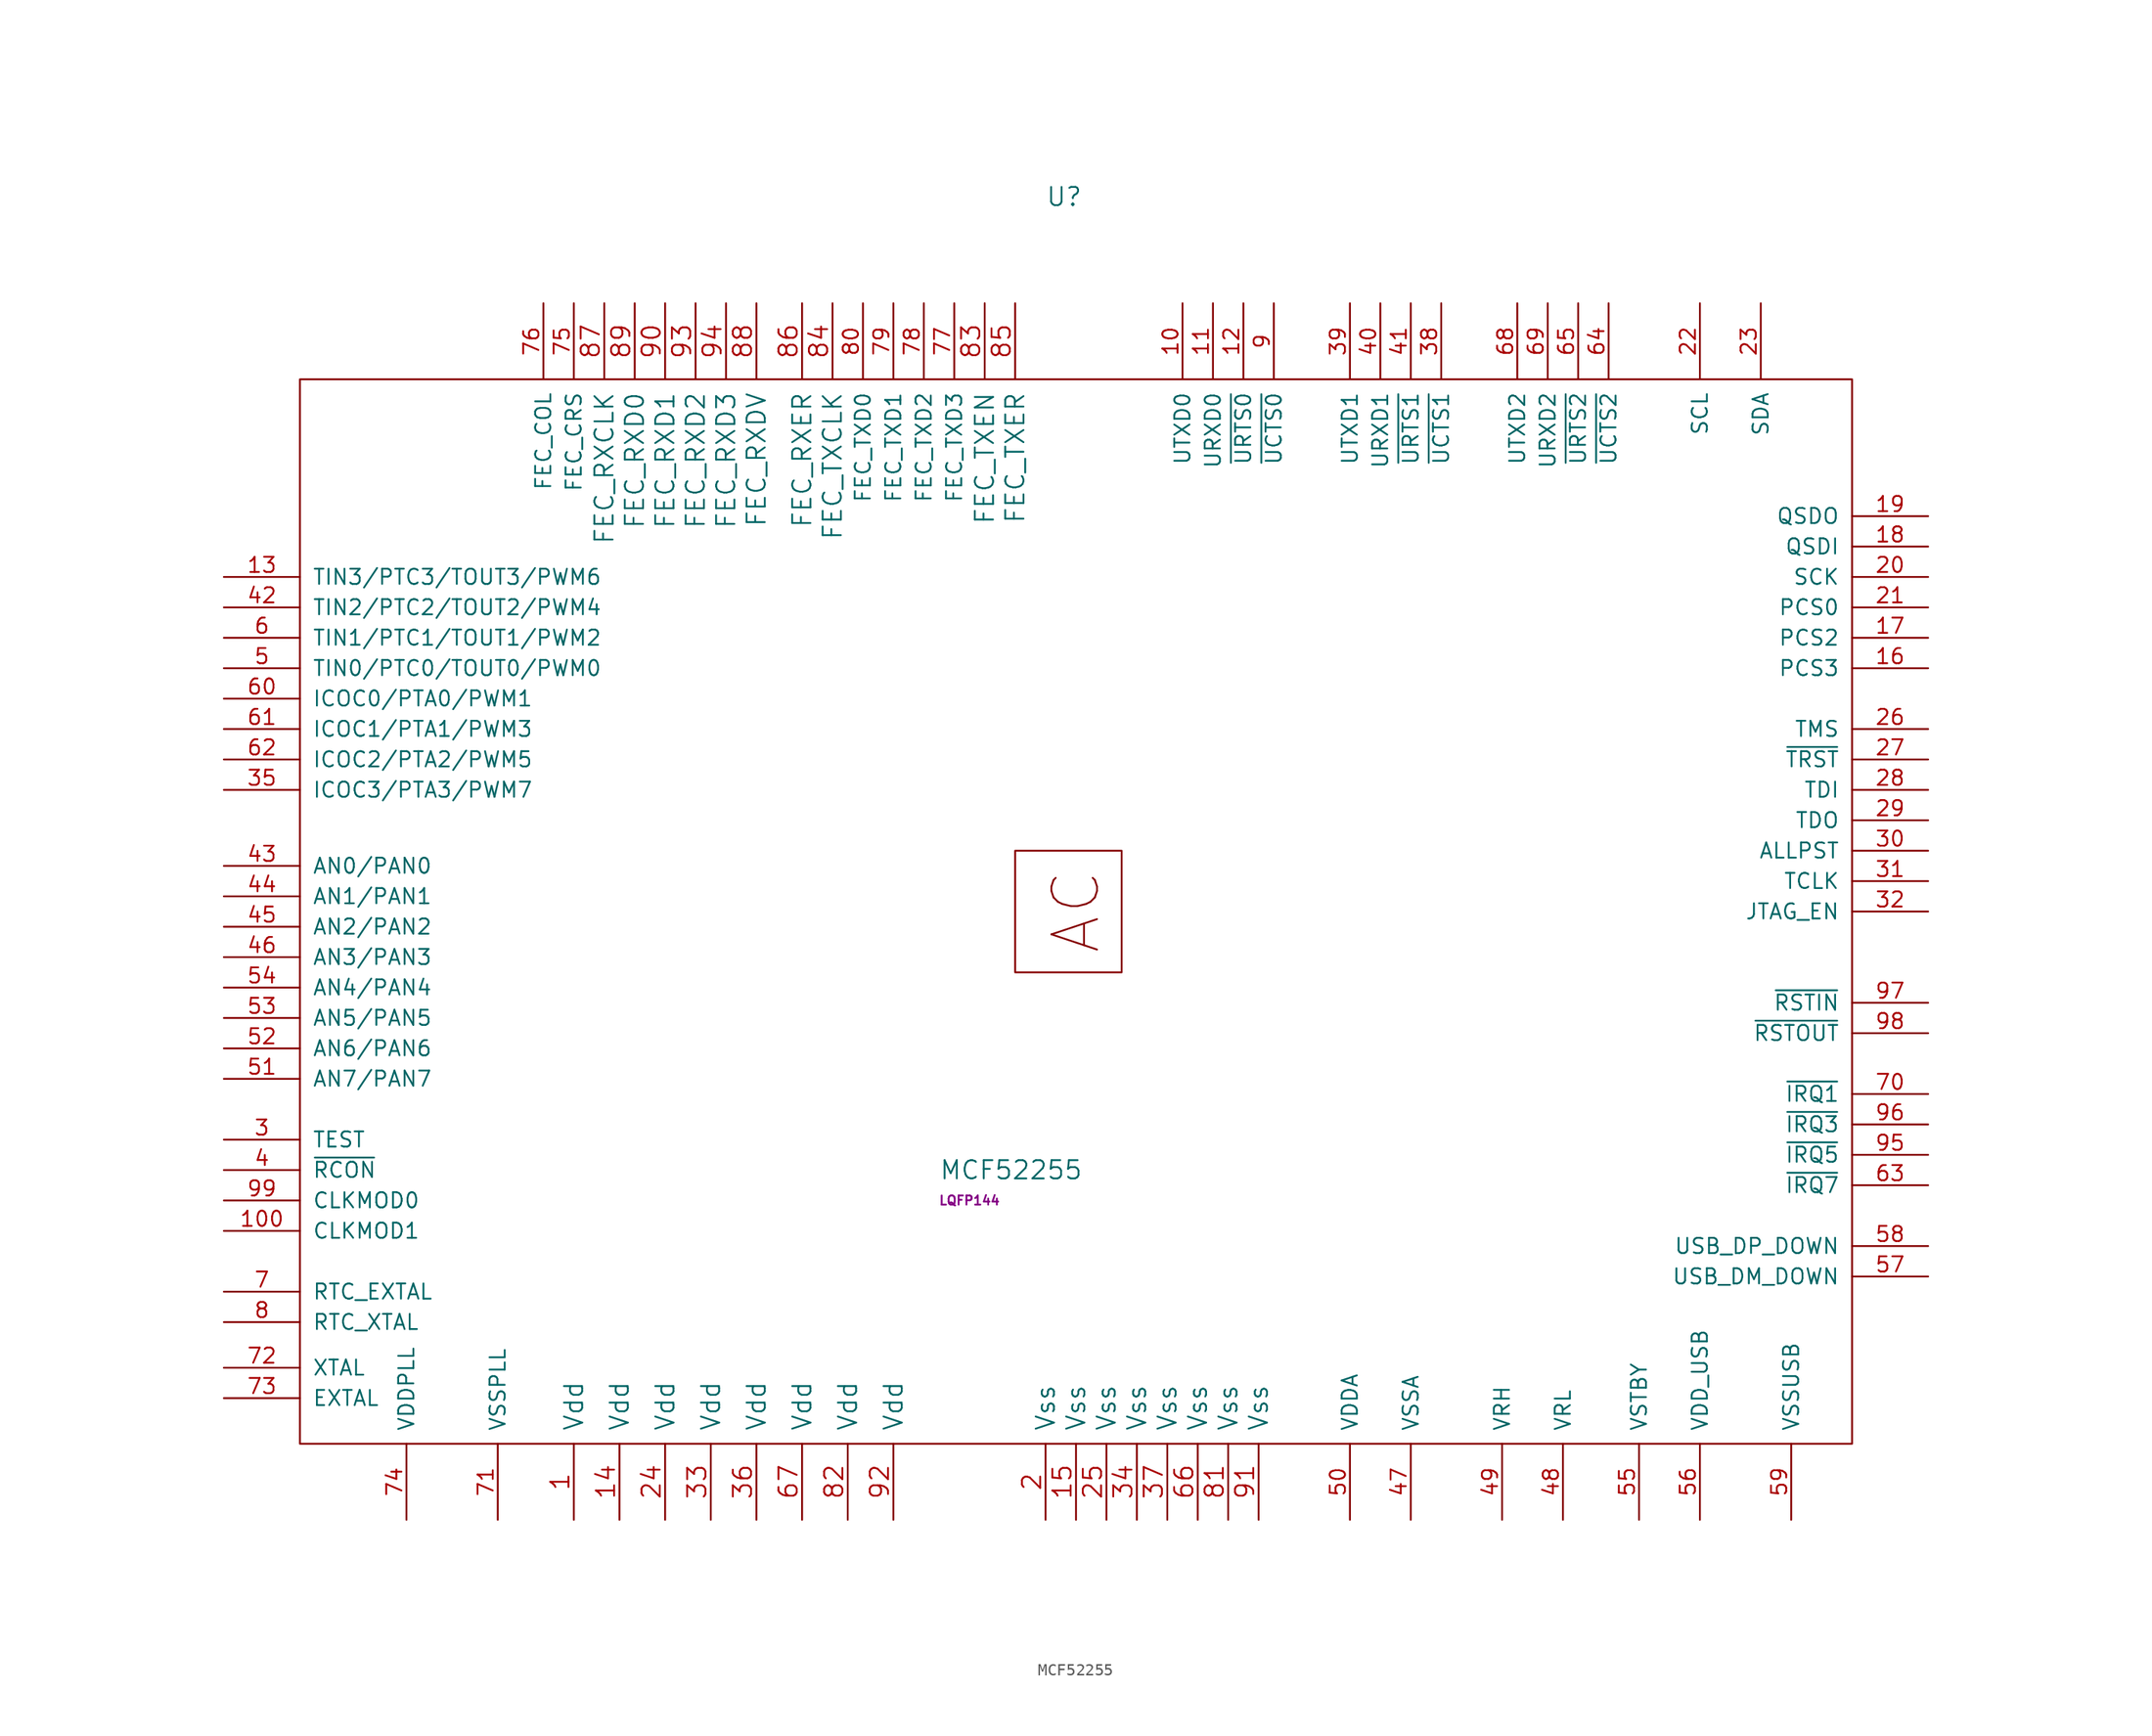
<source format=kicad_sym>
(kicad_symbol_lib
  (version 20220914)
  (generator kicad_symbol_editor)
  (symbol "MCF52255"
    (pin_names
      (offset 1.016))
    (property "Reference" "U"
      (at -2.54 59.69 0)
      (effects (font (size 1.524 1.524)) (justify left)))
    (property "Value" "MCF52255"
      (at -11.43 -21.59 0)
      (effects (font (size 1.524 1.524)) (justify left)))
    (property "Footprint" "LQFP144"
      (at -8.89 -24.13 0)
      (effects (font (size 0.762 0.762))))
    (property "Datasheet" ""
      (at 0 0 0)
      (effects (font (size 1.524 1.524))))
    (symbol "MCF52255_0_0"
      (polyline (pts (xy 3.81 -5.08) (xy -5.08 -5.08) (xy -5.08 5.08) (xy 3.81 5.08) (xy 3.81 -5.08) (xy 3.81 -5.08)) (stroke (width 0) (type default)) (fill (type none)))
      (text "AC" (at 0 0 900) (effects (font (size 3.81 3.81)))))
    (symbol "MCF52255_0_1"
      (polyline (pts (xy -64.77 44.45) (xy -64.77 -44.45) (xy 64.77 -44.45) (xy 64.77 43.18) (xy 64.77 44.45) (xy -64.77 44.45) (xy -64.77 44.45)) (stroke (width 0) (type default)) (fill (type none))))
    (symbol "MCF52255_1_1"
      (pin power_in line (at -41.91 -50.8 90) (length 6.35) (name "Vdd" (effects (font (size 1.524 1.524)))) (number "1" (effects (font (size 1.524 1.524)))))
      (pin bidirectional line (at 8.89 50.8 270) (length 6.35) (name "UTXD0" (effects (font (size 1.27 1.27)))) (number "10" (effects (font (size 1.27 1.27)))))
      (pin input line (at -71.12 -26.67 0) (length 6.35) (name "CLKMOD1" (effects (font (size 1.27 1.27)))) (number "100" (effects (font (size 1.27 1.27)))))
      (pin bidirectional line (at 11.43 50.8 270) (length 6.35) (name "URXD0" (effects (font (size 1.27 1.27)))) (number "11" (effects (font (size 1.27 1.27)))))
      (pin bidirectional line (at 13.97 50.8 270) (length 6.35) (name "~{URTS0}" (effects (font (size 1.27 1.27)))) (number "12" (effects (font (size 1.27 1.27)))))
      (pin bidirectional line (at -71.12 27.94 0) (length 6.35) (name "TIN3/PTC3/TOUT3/PWM6" (effects (font (size 1.27 1.27)))) (number "13" (effects (font (size 1.27 1.27)))))
      (pin power_in line (at -38.1 -50.8 90) (length 6.35) (name "Vdd" (effects (font (size 1.524 1.524)))) (number "14" (effects (font (size 1.524 1.524)))))
      (pin power_in line (at 0 -50.8 90) (length 6.35) (name "Vss" (effects (font (size 1.524 1.524)))) (number "15" (effects (font (size 1.524 1.524)))))
      (pin input line (at 71.12 20.32 180) (length 6.35) (name "PCS3" (effects (font (size 1.27 1.27)))) (number "16" (effects (font (size 1.27 1.27)))))
      (pin input line (at 71.12 22.86 180) (length 6.35) (name "PCS2" (effects (font (size 1.27 1.27)))) (number "17" (effects (font (size 1.27 1.27)))))
      (pin input line (at 71.12 30.48 180) (length 6.35) (name "QSDI" (effects (font (size 1.27 1.27)))) (number "18" (effects (font (size 1.27 1.27)))))
      (pin input line (at 71.12 33.02 180) (length 6.35) (name "QSDO" (effects (font (size 1.27 1.27)))) (number "19" (effects (font (size 1.27 1.27)))))
      (pin power_in line (at -2.54 -50.8 90) (length 6.35) (name "Vss" (effects (font (size 1.524 1.524)))) (number "2" (effects (font (size 1.524 1.524)))))
      (pin input line (at 71.12 27.94 180) (length 6.35) (name "SCK" (effects (font (size 1.27 1.27)))) (number "20" (effects (font (size 1.27 1.27)))))
      (pin input line (at 71.12 25.4 180) (length 6.35) (name "PCS0" (effects (font (size 1.27 1.27)))) (number "21" (effects (font (size 1.27 1.27)))))
      (pin output line (at 52.07 50.8 270) (length 6.35) (name "SCL" (effects (font (size 1.27 1.27)))) (number "22" (effects (font (size 1.27 1.27)))))
      (pin output line (at 57.15 50.8 270) (length 6.35) (name "SDA" (effects (font (size 1.27 1.27)))) (number "23" (effects (font (size 1.27 1.27)))))
      (pin power_in line (at -34.29 -50.8 90) (length 6.35) (name "Vdd" (effects (font (size 1.524 1.524)))) (number "24" (effects (font (size 1.524 1.524)))))
      (pin power_in line (at 2.54 -50.8 90) (length 6.35) (name "Vss" (effects (font (size 1.524 1.524)))) (number "25" (effects (font (size 1.524 1.524)))))
      (pin input line (at 71.12 15.24 180) (length 6.35) (name "TMS" (effects (font (size 1.27 1.27)))) (number "26" (effects (font (size 1.27 1.27)))))
      (pin input line (at 71.12 12.7 180) (length 6.35) (name "~{TRST}" (effects (font (size 1.27 1.27)))) (number "27" (effects (font (size 1.27 1.27)))))
      (pin input line (at 71.12 10.16 180) (length 6.35) (name "TDI" (effects (font (size 1.27 1.27)))) (number "28" (effects (font (size 1.27 1.27)))))
      (pin output line (at 71.12 7.62 180) (length 6.35) (name "TDO" (effects (font (size 1.27 1.27)))) (number "29" (effects (font (size 1.27 1.27)))))
      (pin input line (at -71.12 -19.05 0) (length 6.35) (name "TEST" (effects (font (size 1.27 1.27)))) (number "3" (effects (font (size 1.27 1.27)))))
      (pin output line (at 71.12 5.08 180) (length 6.35) (name "ALLPST" (effects (font (size 1.27 1.27)))) (number "30" (effects (font (size 1.27 1.27)))))
      (pin input line (at 71.12 2.54 180) (length 6.35) (name "TCLK" (effects (font (size 1.27 1.27)))) (number "31" (effects (font (size 1.27 1.27)))))
      (pin input line (at 71.12 0 180) (length 6.35) (name "JTAG_EN" (effects (font (size 1.27 1.27)))) (number "32" (effects (font (size 1.27 1.27)))))
      (pin power_in line (at -30.48 -50.8 90) (length 6.35) (name "Vdd" (effects (font (size 1.524 1.524)))) (number "33" (effects (font (size 1.524 1.524)))))
      (pin power_in line (at 5.08 -50.8 90) (length 6.35) (name "Vss" (effects (font (size 1.524 1.524)))) (number "34" (effects (font (size 1.524 1.524)))))
      (pin bidirectional line (at -71.12 10.16 0) (length 6.35) (name "ICOC3/PTA3/PWM7" (effects (font (size 1.27 1.27)))) (number "35" (effects (font (size 1.27 1.27)))))
      (pin power_in line (at -26.67 -50.8 90) (length 6.35) (name "Vdd" (effects (font (size 1.524 1.524)))) (number "36" (effects (font (size 1.524 1.524)))))
      (pin power_in line (at 7.62 -50.8 90) (length 6.35) (name "Vss" (effects (font (size 1.524 1.524)))) (number "37" (effects (font (size 1.524 1.524)))))
      (pin bidirectional line (at 30.48 50.8 270) (length 6.35) (name "~{UCTS1}" (effects (font (size 1.27 1.27)))) (number "38" (effects (font (size 1.27 1.27)))))
      (pin bidirectional line (at 22.86 50.8 270) (length 6.35) (name "UTXD1" (effects (font (size 1.27 1.27)))) (number "39" (effects (font (size 1.27 1.27)))))
      (pin input line (at -71.12 -21.59 0) (length 6.35) (name "~{RCON}" (effects (font (size 1.27 1.27)))) (number "4" (effects (font (size 1.27 1.27)))))
      (pin bidirectional line (at 25.4 50.8 270) (length 6.35) (name "URXD1" (effects (font (size 1.27 1.27)))) (number "40" (effects (font (size 1.27 1.27)))))
      (pin bidirectional line (at 27.94 50.8 270) (length 6.35) (name "~{URTS1}" (effects (font (size 1.27 1.27)))) (number "41" (effects (font (size 1.27 1.27)))))
      (pin bidirectional line (at -71.12 25.4 0) (length 6.35) (name "TIN2/PTC2/TOUT2/PWM4" (effects (font (size 1.27 1.27)))) (number "42" (effects (font (size 1.27 1.27)))))
      (pin bidirectional line (at -71.12 3.81 0) (length 6.35) (name "AN0/PAN0" (effects (font (size 1.27 1.27)))) (number "43" (effects (font (size 1.27 1.27)))))
      (pin bidirectional line (at -71.12 1.27 0) (length 6.35) (name "AN1/PAN1" (effects (font (size 1.27 1.27)))) (number "44" (effects (font (size 1.27 1.27)))))
      (pin bidirectional line (at -71.12 -1.27 0) (length 6.35) (name "AN2/PAN2" (effects (font (size 1.27 1.27)))) (number "45" (effects (font (size 1.27 1.27)))))
      (pin bidirectional line (at -71.12 -3.81 0) (length 6.35) (name "AN3/PAN3" (effects (font (size 1.27 1.27)))) (number "46" (effects (font (size 1.27 1.27)))))
      (pin input line (at 27.94 -50.8 90) (length 6.35) (name "VSSA" (effects (font (size 1.27 1.27)))) (number "47" (effects (font (size 1.27 1.27)))))
      (pin input line (at 40.64 -50.8 90) (length 6.35) (name "VRL" (effects (font (size 1.27 1.27)))) (number "48" (effects (font (size 1.27 1.27)))))
      (pin input line (at 35.56 -50.8 90) (length 6.35) (name "VRH" (effects (font (size 1.27 1.27)))) (number "49" (effects (font (size 1.27 1.27)))))
      (pin bidirectional line (at -71.12 20.32 0) (length 6.35) (name "TIN0/PTC0/TOUT0/PWM0" (effects (font (size 1.27 1.27)))) (number "5" (effects (font (size 1.27 1.27)))))
      (pin input line (at 22.86 -50.8 90) (length 6.35) (name "VDDA" (effects (font (size 1.27 1.27)))) (number "50" (effects (font (size 1.27 1.27)))))
      (pin bidirectional line (at -71.12 -13.97 0) (length 6.35) (name "AN7/PAN7" (effects (font (size 1.27 1.27)))) (number "51" (effects (font (size 1.27 1.27)))))
      (pin bidirectional line (at -71.12 -11.43 0) (length 6.35) (name "AN6/PAN6" (effects (font (size 1.27 1.27)))) (number "52" (effects (font (size 1.27 1.27)))))
      (pin bidirectional line (at -71.12 -8.89 0) (length 6.35) (name "AN5/PAN5" (effects (font (size 1.27 1.27)))) (number "53" (effects (font (size 1.27 1.27)))))
      (pin bidirectional line (at -71.12 -6.35 0) (length 6.35) (name "AN4/PAN4" (effects (font (size 1.27 1.27)))) (number "54" (effects (font (size 1.27 1.27)))))
      (pin bidirectional line (at 46.99 -50.8 90) (length 6.35) (name "VSTBY" (effects (font (size 1.27 1.27)))) (number "55" (effects (font (size 1.27 1.27)))))
      (pin bidirectional line (at 52.07 -50.8 90) (length 6.35) (name "VDD_USB" (effects (font (size 1.27 1.27)))) (number "56" (effects (font (size 1.27 1.27)))))
      (pin bidirectional line (at 71.12 -30.48 180) (length 6.35) (name "USB_DM_DOWN" (effects (font (size 1.27 1.27)))) (number "57" (effects (font (size 1.27 1.27)))))
      (pin bidirectional line (at 71.12 -27.94 180) (length 6.35) (name "USB_DP_DOWN" (effects (font (size 1.27 1.27)))) (number "58" (effects (font (size 1.27 1.27)))))
      (pin bidirectional line (at 59.69 -50.8 90) (length 6.35) (name "VSSUSB" (effects (font (size 1.27 1.27)))) (number "59" (effects (font (size 1.27 1.27)))))
      (pin bidirectional line (at -71.12 22.86 0) (length 6.35) (name "TIN1/PTC1/TOUT1/PWM2" (effects (font (size 1.27 1.27)))) (number "6" (effects (font (size 1.27 1.27)))))
      (pin bidirectional line (at -71.12 17.78 0) (length 6.35) (name "ICOC0/PTA0/PWM1" (effects (font (size 1.27 1.27)))) (number "60" (effects (font (size 1.27 1.27)))))
      (pin bidirectional line (at -71.12 15.24 0) (length 6.35) (name "ICOC1/PTA1/PWM3" (effects (font (size 1.27 1.27)))) (number "61" (effects (font (size 1.27 1.27)))))
      (pin bidirectional line (at -71.12 12.7 0) (length 6.35) (name "ICOC2/PTA2/PWM5" (effects (font (size 1.27 1.27)))) (number "62" (effects (font (size 1.27 1.27)))))
      (pin bidirectional line (at 71.12 -22.86 180) (length 6.35) (name "~{IRQ7}" (effects (font (size 1.27 1.27)))) (number "63" (effects (font (size 1.27 1.27)))))
      (pin bidirectional line (at 44.45 50.8 270) (length 6.35) (name "~{UCTS2}" (effects (font (size 1.27 1.27)))) (number "64" (effects (font (size 1.27 1.27)))))
      (pin bidirectional line (at 41.91 50.8 270) (length 6.35) (name "~{URTS2}" (effects (font (size 1.27 1.27)))) (number "65" (effects (font (size 1.27 1.27)))))
      (pin power_in line (at 10.16 -50.8 90) (length 6.35) (name "Vss" (effects (font (size 1.524 1.524)))) (number "66" (effects (font (size 1.524 1.524)))))
      (pin power_in line (at -22.86 -50.8 90) (length 6.35) (name "Vdd" (effects (font (size 1.524 1.524)))) (number "67" (effects (font (size 1.524 1.524)))))
      (pin bidirectional line (at 36.83 50.8 270) (length 6.35) (name "UTXD2" (effects (font (size 1.27 1.27)))) (number "68" (effects (font (size 1.27 1.27)))))
      (pin bidirectional line (at 39.37 50.8 270) (length 6.35) (name "URXD2" (effects (font (size 1.27 1.27)))) (number "69" (effects (font (size 1.27 1.27)))))
      (pin input line (at -71.12 -31.75 0) (length 6.35) (name "RTC_EXTAL" (effects (font (size 1.27 1.27)))) (number "7" (effects (font (size 1.27 1.27)))))
      (pin bidirectional line (at 71.12 -15.24 180) (length 6.35) (name "~{IRQ1}" (effects (font (size 1.27 1.27)))) (number "70" (effects (font (size 1.27 1.27)))))
      (pin passive line (at -48.26 -50.8 90) (length 6.35) (name "VSSPLL" (effects (font (size 1.27 1.27)))) (number "71" (effects (font (size 1.27 1.27)))))
      (pin output line (at -71.12 -38.1 0) (length 6.35) (name "XTAL" (effects (font (size 1.27 1.27)))) (number "72" (effects (font (size 1.27 1.27)))))
      (pin input line (at -71.12 -40.64 0) (length 6.35) (name "EXTAL" (effects (font (size 1.27 1.27)))) (number "73" (effects (font (size 1.27 1.27)))))
      (pin passive line (at -55.88 -50.8 90) (length 6.35) (name "VDDPLL" (effects (font (size 1.27 1.27)))) (number "74" (effects (font (size 1.27 1.27)))))
      (pin passive line (at -41.91 50.8 270) (length 6.35) (name "FEC_CRS" (effects (font (size 1.27 1.27)))) (number "75" (effects (font (size 1.27 1.27)))))
      (pin passive line (at -44.45 50.8 270) (length 6.35) (name "FEC_COL" (effects (font (size 1.27 1.27)))) (number "76" (effects (font (size 1.27 1.27)))))
      (pin passive line (at -10.16 50.8 270) (length 6.35) (name "FEC_TXD3" (effects (font (size 1.27 1.27)))) (number "77" (effects (font (size 1.27 1.27)))))
      (pin passive line (at -12.7 50.8 270) (length 6.35) (name "FEC_TXD2" (effects (font (size 1.27 1.27)))) (number "78" (effects (font (size 1.27 1.27)))))
      (pin passive line (at -15.24 50.8 270) (length 6.35) (name "FEC_TXD1" (effects (font (size 1.27 1.27)))) (number "79" (effects (font (size 1.27 1.27)))))
      (pin output line (at -71.12 -34.29 0) (length 6.35) (name "RTC_XTAL" (effects (font (size 1.27 1.27)))) (number "8" (effects (font (size 1.27 1.27)))))
      (pin passive line (at -17.78 50.8 270) (length 6.35) (name "FEC_TXD0" (effects (font (size 1.27 1.27)))) (number "80" (effects (font (size 1.27 1.27)))))
      (pin power_in line (at 12.7 -50.8 90) (length 6.35) (name "Vss" (effects (font (size 1.524 1.524)))) (number "81" (effects (font (size 1.524 1.524)))))
      (pin power_in line (at -19.05 -50.8 90) (length 6.35) (name "Vdd" (effects (font (size 1.524 1.524)))) (number "82" (effects (font (size 1.524 1.524)))))
      (pin passive line (at -7.62 50.8 270) (length 6.35) (name "FEC_TXEN" (effects (font (size 1.524 1.524)))) (number "83" (effects (font (size 1.524 1.524)))))
      (pin passive line (at -20.32 50.8 270) (length 6.35) (name "FEC_TXCLK" (effects (font (size 1.524 1.524)))) (number "84" (effects (font (size 1.524 1.524)))))
      (pin passive line (at -5.08 50.8 270) (length 6.35) (name "FEC_TXER" (effects (font (size 1.524 1.524)))) (number "85" (effects (font (size 1.524 1.524)))))
      (pin passive line (at -22.86 50.8 270) (length 6.35) (name "FEC_RXER" (effects (font (size 1.524 1.524)))) (number "86" (effects (font (size 1.524 1.524)))))
      (pin passive line (at -39.37 50.8 270) (length 6.35) (name "FEC_RXCLK" (effects (font (size 1.524 1.524)))) (number "87" (effects (font (size 1.524 1.524)))))
      (pin passive line (at -26.67 50.8 270) (length 6.35) (name "FEC_RXDV" (effects (font (size 1.524 1.524)))) (number "88" (effects (font (size 1.524 1.524)))))
      (pin passive line (at -36.83 50.8 270) (length 6.35) (name "FEC_RXD0" (effects (font (size 1.524 1.524)))) (number "89" (effects (font (size 1.524 1.524)))))
      (pin bidirectional line (at 16.51 50.8 270) (length 6.35) (name "~{UCTS0}" (effects (font (size 1.27 1.27)))) (number "9" (effects (font (size 1.27 1.27)))))
      (pin passive line (at -34.29 50.8 270) (length 6.35) (name "FEC_RXD1" (effects (font (size 1.524 1.524)))) (number "90" (effects (font (size 1.524 1.524)))))
      (pin power_in line (at 15.24 -50.8 90) (length 6.35) (name "Vss" (effects (font (size 1.524 1.524)))) (number "91" (effects (font (size 1.524 1.524)))))
      (pin power_in line (at -15.24 -50.8 90) (length 6.35) (name "Vdd" (effects (font (size 1.524 1.524)))) (number "92" (effects (font (size 1.524 1.524)))))
      (pin passive line (at -31.75 50.8 270) (length 6.35) (name "FEC_RXD2" (effects (font (size 1.524 1.524)))) (number "93" (effects (font (size 1.524 1.524)))))
      (pin passive line (at -29.21 50.8 270) (length 6.35) (name "FEC_RXD3" (effects (font (size 1.524 1.524)))) (number "94" (effects (font (size 1.524 1.524)))))
      (pin bidirectional line (at 71.12 -20.32 180) (length 6.35) (name "~{IRQ5}" (effects (font (size 1.27 1.27)))) (number "95" (effects (font (size 1.27 1.27)))))
      (pin bidirectional line (at 71.12 -17.78 180) (length 6.35) (name "~{IRQ3}" (effects (font (size 1.27 1.27)))) (number "96" (effects (font (size 1.27 1.27)))))
      (pin input line (at 71.12 -7.62 180) (length 6.35) (name "~{RSTIN}" (effects (font (size 1.27 1.27)))) (number "97" (effects (font (size 1.27 1.27)))))
      (pin output line (at 71.12 -10.16 180) (length 6.35) (name "~{RSTOUT}" (effects (font (size 1.27 1.27)))) (number "98" (effects (font (size 1.27 1.27)))))
      (pin input line (at -71.12 -24.13 0) (length 6.35) (name "CLKMOD0" (effects (font (size 1.27 1.27)))) (number "99" (effects (font (size 1.27 1.27))))))))
</source>
